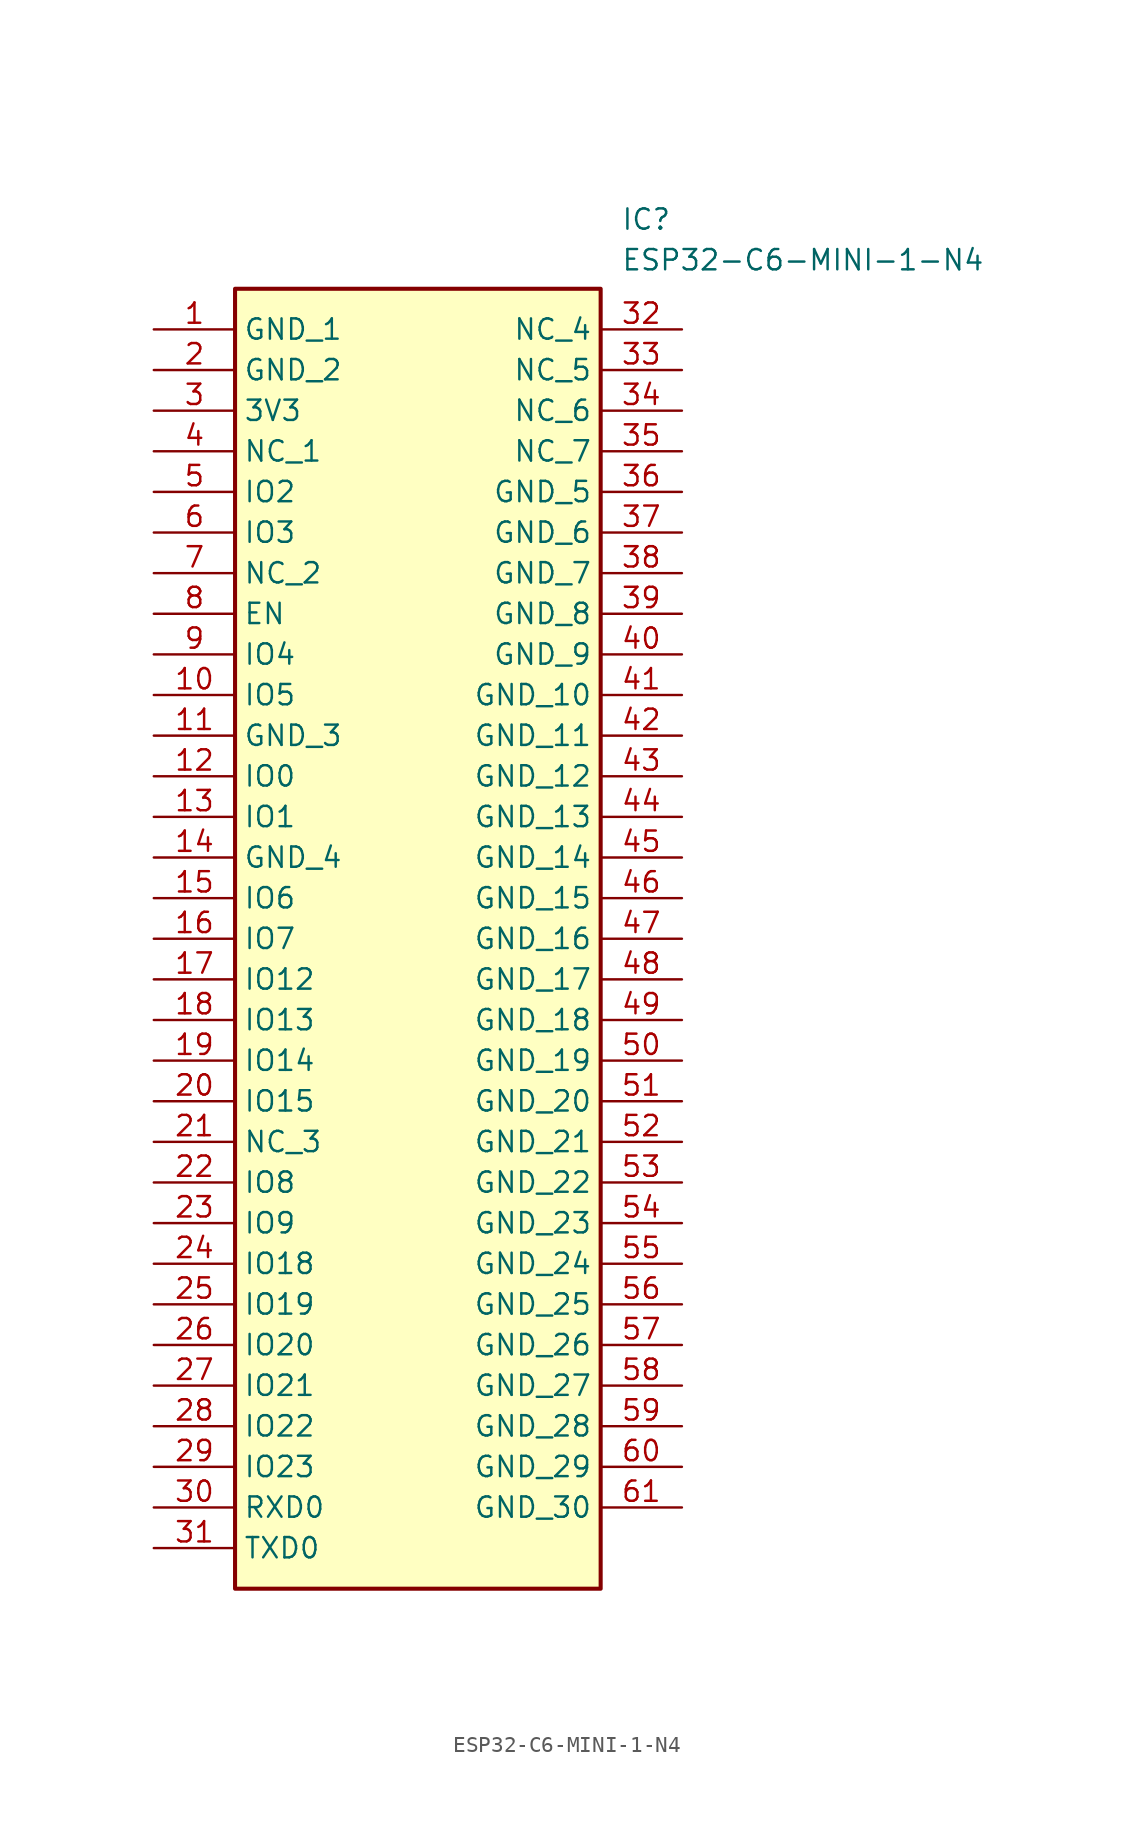
<source format=kicad_sym>
(kicad_symbol_lib
  (version 20211014)
  (generator SamacSys_ECAD_Model)
  (symbol "ESP32-C6-MINI-1-N4"
    (property "Reference" "IC"
      (at 29.21 7.62 0)
      (effects (font (size 1.27 1.27)) (justify left top)))
    (property "Value" "ESP32-C6-MINI-1-N4"
      (at 29.21 5.08 0)
      (effects (font (size 1.27 1.27)) (justify left top)))
    (rectangle
      (start 5.08 2.54)
      (end 27.94 -78.74)
      (stroke (width 0.254) (type default))
      (fill (type background)))
    (pin passive line
      (at 0 0 0)
      (length 5.08)
      (name "GND_1" (effects (font (size 1.27 1.27))))
      (number "1" (effects (font (size 1.27 1.27)))))
    (pin passive line
      (at 0 -2.54 0)
      (length 5.08)
      (name "GND_2" (effects (font (size 1.27 1.27))))
      (number "2" (effects (font (size 1.27 1.27)))))
    (pin passive line
      (at 0 -5.08 0)
      (length 5.08)
      (name "3V3" (effects (font (size 1.27 1.27))))
      (number "3" (effects (font (size 1.27 1.27)))))
    (pin passive line
      (at 0 -7.62 0)
      (length 5.08)
      (name "NC_1" (effects (font (size 1.27 1.27))))
      (number "4" (effects (font (size 1.27 1.27)))))
    (pin passive line
      (at 0 -10.16 0)
      (length 5.08)
      (name "IO2" (effects (font (size 1.27 1.27))))
      (number "5" (effects (font (size 1.27 1.27)))))
    (pin passive line
      (at 0 -12.7 0)
      (length 5.08)
      (name "IO3" (effects (font (size 1.27 1.27))))
      (number "6" (effects (font (size 1.27 1.27)))))
    (pin passive line
      (at 0 -15.24 0)
      (length 5.08)
      (name "NC_2" (effects (font (size 1.27 1.27))))
      (number "7" (effects (font (size 1.27 1.27)))))
    (pin passive line
      (at 0 -17.78 0)
      (length 5.08)
      (name "EN" (effects (font (size 1.27 1.27))))
      (number "8" (effects (font (size 1.27 1.27)))))
    (pin passive line
      (at 0 -20.32 0)
      (length 5.08)
      (name "IO4" (effects (font (size 1.27 1.27))))
      (number "9" (effects (font (size 1.27 1.27)))))
    (pin passive line
      (at 0 -22.86 0)
      (length 5.08)
      (name "IO5" (effects (font (size 1.27 1.27))))
      (number "10" (effects (font (size 1.27 1.27)))))
    (pin passive line
      (at 0 -25.4 0)
      (length 5.08)
      (name "GND_3" (effects (font (size 1.27 1.27))))
      (number "11" (effects (font (size 1.27 1.27)))))
    (pin passive line
      (at 0 -27.94 0)
      (length 5.08)
      (name "IO0" (effects (font (size 1.27 1.27))))
      (number "12" (effects (font (size 1.27 1.27)))))
    (pin passive line
      (at 0 -30.48 0)
      (length 5.08)
      (name "IO1" (effects (font (size 1.27 1.27))))
      (number "13" (effects (font (size 1.27 1.27)))))
    (pin passive line
      (at 0 -33.02 0)
      (length 5.08)
      (name "GND_4" (effects (font (size 1.27 1.27))))
      (number "14" (effects (font (size 1.27 1.27)))))
    (pin passive line
      (at 0 -35.56 0)
      (length 5.08)
      (name "IO6" (effects (font (size 1.27 1.27))))
      (number "15" (effects (font (size 1.27 1.27)))))
    (pin passive line
      (at 0 -38.1 0)
      (length 5.08)
      (name "IO7" (effects (font (size 1.27 1.27))))
      (number "16" (effects (font (size 1.27 1.27)))))
    (pin passive line
      (at 0 -40.64 0)
      (length 5.08)
      (name "IO12" (effects (font (size 1.27 1.27))))
      (number "17" (effects (font (size 1.27 1.27)))))
    (pin passive line
      (at 0 -43.18 0)
      (length 5.08)
      (name "IO13" (effects (font (size 1.27 1.27))))
      (number "18" (effects (font (size 1.27 1.27)))))
    (pin passive line
      (at 0 -45.72 0)
      (length 5.08)
      (name "IO14" (effects (font (size 1.27 1.27))))
      (number "19" (effects (font (size 1.27 1.27)))))
    (pin passive line
      (at 0 -48.26 0)
      (length 5.08)
      (name "IO15" (effects (font (size 1.27 1.27))))
      (number "20" (effects (font (size 1.27 1.27)))))
    (pin passive line
      (at 0 -50.8 0)
      (length 5.08)
      (name "NC_3" (effects (font (size 1.27 1.27))))
      (number "21" (effects (font (size 1.27 1.27)))))
    (pin passive line
      (at 0 -53.34 0)
      (length 5.08)
      (name "IO8" (effects (font (size 1.27 1.27))))
      (number "22" (effects (font (size 1.27 1.27)))))
    (pin passive line
      (at 0 -55.88 0)
      (length 5.08)
      (name "IO9" (effects (font (size 1.27 1.27))))
      (number "23" (effects (font (size 1.27 1.27)))))
    (pin passive line
      (at 0 -58.42 0)
      (length 5.08)
      (name "IO18" (effects (font (size 1.27 1.27))))
      (number "24" (effects (font (size 1.27 1.27)))))
    (pin passive line
      (at 0 -60.96 0)
      (length 5.08)
      (name "IO19" (effects (font (size 1.27 1.27))))
      (number "25" (effects (font (size 1.27 1.27)))))
    (pin passive line
      (at 0 -63.5 0)
      (length 5.08)
      (name "IO20" (effects (font (size 1.27 1.27))))
      (number "26" (effects (font (size 1.27 1.27)))))
    (pin passive line
      (at 0 -66.04 0)
      (length 5.08)
      (name "IO21" (effects (font (size 1.27 1.27))))
      (number "27" (effects (font (size 1.27 1.27)))))
    (pin passive line
      (at 0 -68.58 0)
      (length 5.08)
      (name "IO22" (effects (font (size 1.27 1.27))))
      (number "28" (effects (font (size 1.27 1.27)))))
    (pin passive line
      (at 0 -71.12 0)
      (length 5.08)
      (name "IO23" (effects (font (size 1.27 1.27))))
      (number "29" (effects (font (size 1.27 1.27)))))
    (pin passive line
      (at 0 -73.66 0)
      (length 5.08)
      (name "RXD0" (effects (font (size 1.27 1.27))))
      (number "30" (effects (font (size 1.27 1.27)))))
    (pin passive line
      (at 0 -76.2 0)
      (length 5.08)
      (name "TXD0" (effects (font (size 1.27 1.27))))
      (number "31" (effects (font (size 1.27 1.27)))))
    (pin passive line
      (at 33.02 0 180)
      (length 5.08)
      (name "NC_4" (effects (font (size 1.27 1.27))))
      (number "32" (effects (font (size 1.27 1.27)))))
    (pin passive line
      (at 33.02 -2.54 180)
      (length 5.08)
      (name "NC_5" (effects (font (size 1.27 1.27))))
      (number "33" (effects (font (size 1.27 1.27)))))
    (pin passive line
      (at 33.02 -5.08 180)
      (length 5.08)
      (name "NC_6" (effects (font (size 1.27 1.27))))
      (number "34" (effects (font (size 1.27 1.27)))))
    (pin passive line
      (at 33.02 -7.62 180)
      (length 5.08)
      (name "NC_7" (effects (font (size 1.27 1.27))))
      (number "35" (effects (font (size 1.27 1.27)))))
    (pin passive line
      (at 33.02 -10.16 180)
      (length 5.08)
      (name "GND_5" (effects (font (size 1.27 1.27))))
      (number "36" (effects (font (size 1.27 1.27)))))
    (pin passive line
      (at 33.02 -12.7 180)
      (length 5.08)
      (name "GND_6" (effects (font (size 1.27 1.27))))
      (number "37" (effects (font (size 1.27 1.27)))))
    (pin passive line
      (at 33.02 -15.24 180)
      (length 5.08)
      (name "GND_7" (effects (font (size 1.27 1.27))))
      (number "38" (effects (font (size 1.27 1.27)))))
    (pin passive line
      (at 33.02 -17.78 180)
      (length 5.08)
      (name "GND_8" (effects (font (size 1.27 1.27))))
      (number "39" (effects (font (size 1.27 1.27)))))
    (pin passive line
      (at 33.02 -20.32 180)
      (length 5.08)
      (name "GND_9" (effects (font (size 1.27 1.27))))
      (number "40" (effects (font (size 1.27 1.27)))))
    (pin passive line
      (at 33.02 -22.86 180)
      (length 5.08)
      (name "GND_10" (effects (font (size 1.27 1.27))))
      (number "41" (effects (font (size 1.27 1.27)))))
    (pin passive line
      (at 33.02 -25.4 180)
      (length 5.08)
      (name "GND_11" (effects (font (size 1.27 1.27))))
      (number "42" (effects (font (size 1.27 1.27)))))
    (pin passive line
      (at 33.02 -27.94 180)
      (length 5.08)
      (name "GND_12" (effects (font (size 1.27 1.27))))
      (number "43" (effects (font (size 1.27 1.27)))))
    (pin passive line
      (at 33.02 -30.48 180)
      (length 5.08)
      (name "GND_13" (effects (font (size 1.27 1.27))))
      (number "44" (effects (font (size 1.27 1.27)))))
    (pin passive line
      (at 33.02 -33.02 180)
      (length 5.08)
      (name "GND_14" (effects (font (size 1.27 1.27))))
      (number "45" (effects (font (size 1.27 1.27)))))
    (pin passive line
      (at 33.02 -35.56 180)
      (length 5.08)
      (name "GND_15" (effects (font (size 1.27 1.27))))
      (number "46" (effects (font (size 1.27 1.27)))))
    (pin passive line
      (at 33.02 -38.1 180)
      (length 5.08)
      (name "GND_16" (effects (font (size 1.27 1.27))))
      (number "47" (effects (font (size 1.27 1.27)))))
    (pin passive line
      (at 33.02 -40.64 180)
      (length 5.08)
      (name "GND_17" (effects (font (size 1.27 1.27))))
      (number "48" (effects (font (size 1.27 1.27)))))
    (pin passive line
      (at 33.02 -43.18 180)
      (length 5.08)
      (name "GND_18" (effects (font (size 1.27 1.27))))
      (number "49" (effects (font (size 1.27 1.27)))))
    (pin passive line
      (at 33.02 -45.72 180)
      (length 5.08)
      (name "GND_19" (effects (font (size 1.27 1.27))))
      (number "50" (effects (font (size 1.27 1.27)))))
    (pin passive line
      (at 33.02 -48.26 180)
      (length 5.08)
      (name "GND_20" (effects (font (size 1.27 1.27))))
      (number "51" (effects (font (size 1.27 1.27)))))
    (pin passive line
      (at 33.02 -50.8 180)
      (length 5.08)
      (name "GND_21" (effects (font (size 1.27 1.27))))
      (number "52" (effects (font (size 1.27 1.27)))))
    (pin passive line
      (at 33.02 -53.34 180)
      (length 5.08)
      (name "GND_22" (effects (font (size 1.27 1.27))))
      (number "53" (effects (font (size 1.27 1.27)))))
    (pin passive line
      (at 33.02 -55.88 180)
      (length 5.08)
      (name "GND_23" (effects (font (size 1.27 1.27))))
      (number "54" (effects (font (size 1.27 1.27)))))
    (pin passive line
      (at 33.02 -58.42 180)
      (length 5.08)
      (name "GND_24" (effects (font (size 1.27 1.27))))
      (number "55" (effects (font (size 1.27 1.27)))))
    (pin passive line
      (at 33.02 -60.96 180)
      (length 5.08)
      (name "GND_25" (effects (font (size 1.27 1.27))))
      (number "56" (effects (font (size 1.27 1.27)))))
    (pin passive line
      (at 33.02 -63.5 180)
      (length 5.08)
      (name "GND_26" (effects (font (size 1.27 1.27))))
      (number "57" (effects (font (size 1.27 1.27)))))
    (pin passive line
      (at 33.02 -66.04 180)
      (length 5.08)
      (name "GND_27" (effects (font (size 1.27 1.27))))
      (number "58" (effects (font (size 1.27 1.27)))))
    (pin passive line
      (at 33.02 -68.58 180)
      (length 5.08)
      (name "GND_28" (effects (font (size 1.27 1.27))))
      (number "59" (effects (font (size 1.27 1.27)))))
    (pin passive line
      (at 33.02 -71.12 180)
      (length 5.08)
      (name "GND_29" (effects (font (size 1.27 1.27))))
      (number "60" (effects (font (size 1.27 1.27)))))
    (pin passive line
      (at 33.02 -73.66 180)
      (length 5.08)
      (name "GND_30" (effects (font (size 1.27 1.27))))
      (number "61" (effects (font (size 1.27 1.27)))))))
</source>
